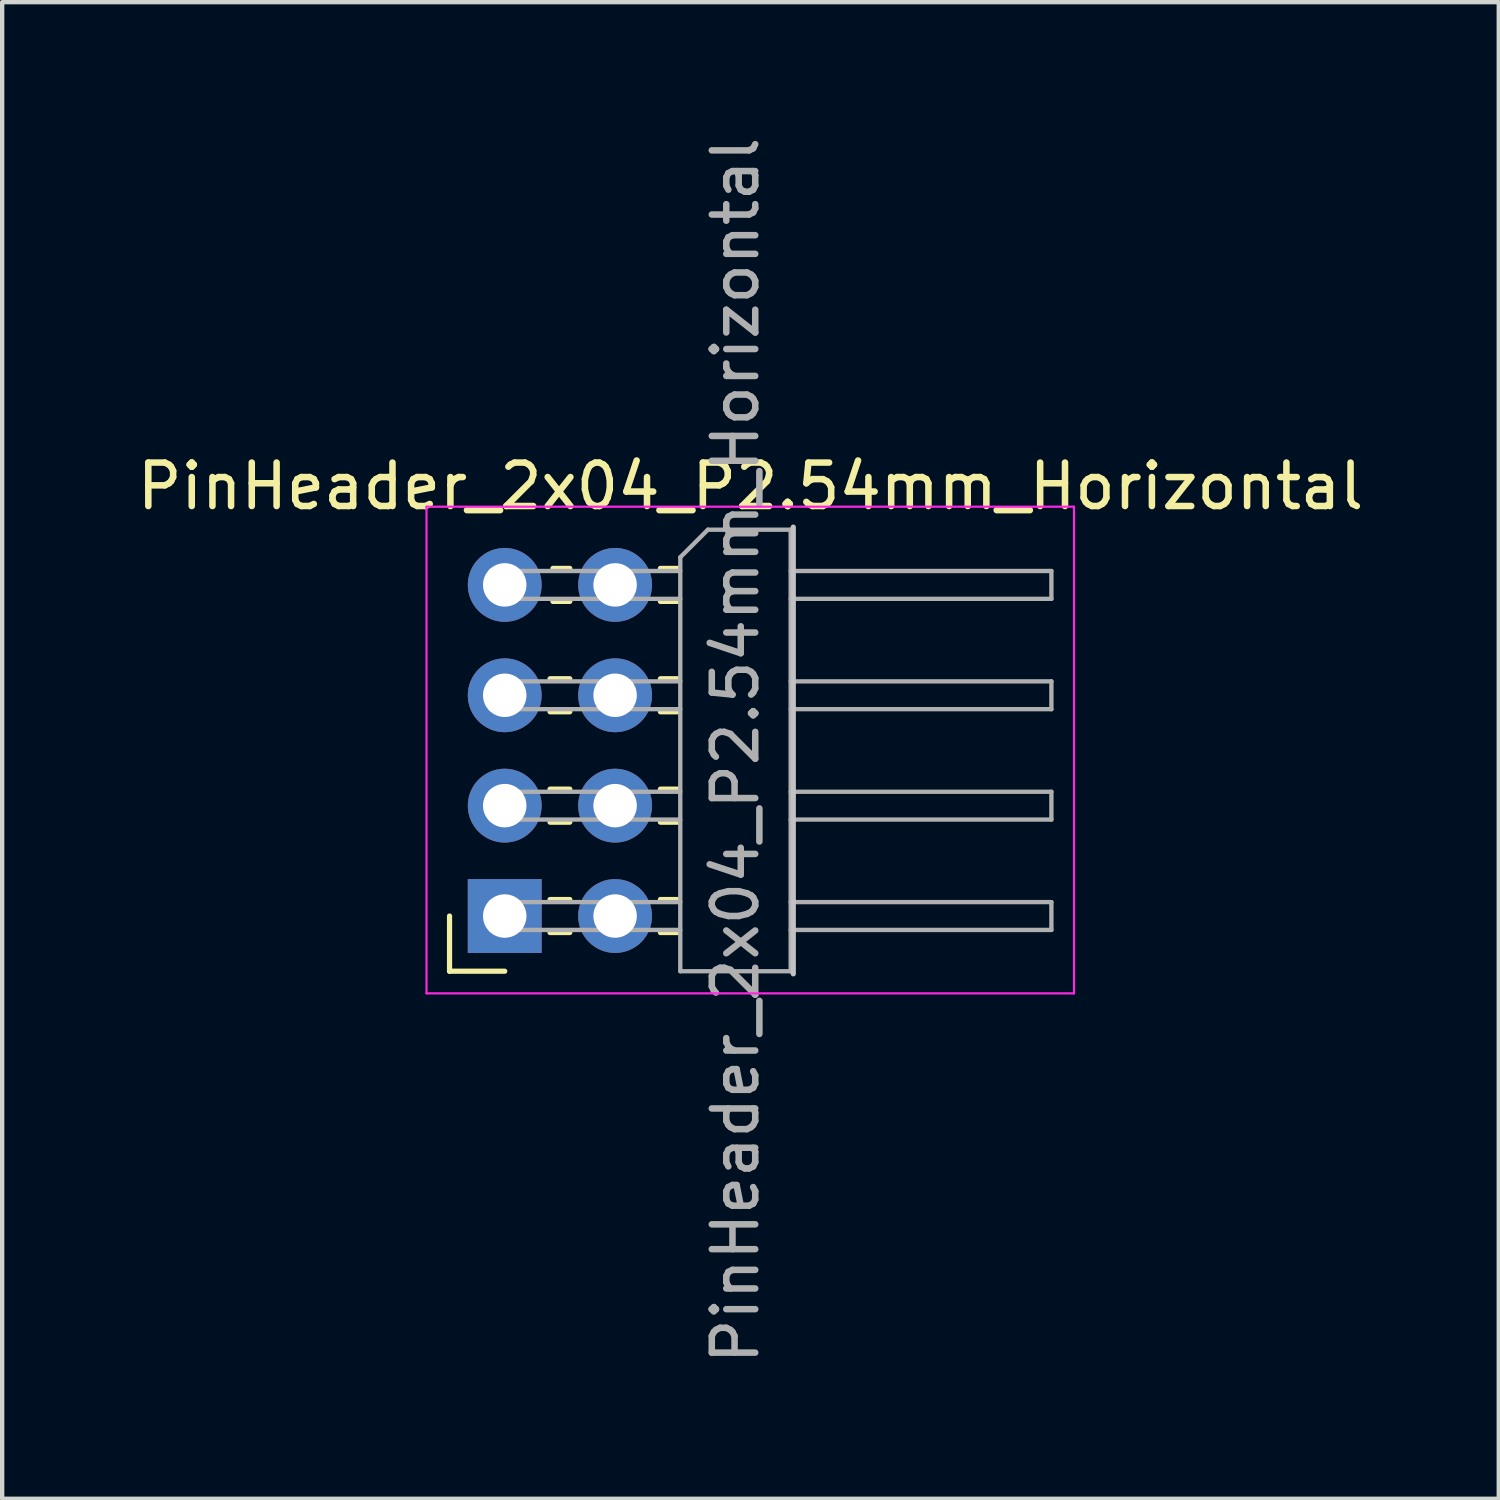
<source format=kicad_pcb>
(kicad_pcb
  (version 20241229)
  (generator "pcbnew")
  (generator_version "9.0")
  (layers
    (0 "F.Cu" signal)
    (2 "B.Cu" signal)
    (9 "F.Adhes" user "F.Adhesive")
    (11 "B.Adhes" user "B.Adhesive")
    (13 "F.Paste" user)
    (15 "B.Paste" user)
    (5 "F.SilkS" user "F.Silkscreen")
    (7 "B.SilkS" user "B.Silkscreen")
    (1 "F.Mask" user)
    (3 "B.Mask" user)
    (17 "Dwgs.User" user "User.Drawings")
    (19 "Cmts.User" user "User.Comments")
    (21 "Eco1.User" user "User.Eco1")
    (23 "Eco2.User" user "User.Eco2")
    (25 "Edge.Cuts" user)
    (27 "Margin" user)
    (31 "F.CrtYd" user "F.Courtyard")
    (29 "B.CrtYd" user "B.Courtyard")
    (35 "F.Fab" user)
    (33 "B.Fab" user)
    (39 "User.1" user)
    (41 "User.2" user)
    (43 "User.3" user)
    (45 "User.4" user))
  (footprint "PinHeader_2x04_P2.54mm_Horizontal"
    (layer "F.Cu")
    (at 8.565 18.03)
    (property "Reference" "PinHeader_2x04_P2.54mm_Horizontal" (at 5.655 -9.89 0) (layer "F.SilkS") (effects (font (size 1 1) (thickness 0.15))))
    (attr through_hole)
    (fp_line (start -1.27 1.27) (end -1.27 0) (stroke (width 0.12) (type solid)) (layer "F.SilkS"))
    (fp_line (start 0 1.27) (end -1.27 1.27) (stroke (width 0.12) (type solid)) (layer "F.SilkS"))
    (fp_line (start 1.043 -5.46) (end 1.497 -5.46) (stroke (width 0.12) (type solid)) (layer "F.SilkS"))
    (fp_line (start 1.043 -4.7) (end 1.497 -4.7) (stroke (width 0.12) (type solid)) (layer "F.SilkS"))
    (fp_line (start 1.043 -2.92) (end 1.497 -2.92) (stroke (width 0.12) (type solid)) (layer "F.SilkS"))
    (fp_line (start 1.043 -2.16) (end 1.497 -2.16) (stroke (width 0.12) (type solid)) (layer "F.SilkS"))
    (fp_line (start 1.043 -0.38) (end 1.497 -0.38) (stroke (width 0.12) (type solid)) (layer "F.SilkS"))
    (fp_line (start 1.043 0.38) (end 1.497 0.38) (stroke (width 0.12) (type solid)) (layer "F.SilkS"))
    (fp_line (start 1.11 -8) (end 1.497 -8) (stroke (width 0.12) (type solid)) (layer "F.SilkS"))
    (fp_line (start 1.11 -7.24) (end 1.497 -7.24) (stroke (width 0.12) (type solid)) (layer "F.SilkS"))
    (fp_line (start 3.583 -8) (end 3.98 -8) (stroke (width 0.12) (type solid)) (layer "F.SilkS"))
    (fp_line (start 3.583 -7.24) (end 3.98 -7.24) (stroke (width 0.12) (type solid)) (layer "F.SilkS"))
    (fp_line (start 3.583 -5.46) (end 3.98 -5.46) (stroke (width 0.12) (type solid)) (layer "F.SilkS"))
    (fp_line (start 3.583 -4.7) (end 3.98 -4.7) (stroke (width 0.12) (type solid)) (layer "F.SilkS"))
    (fp_line (start 3.583 -2.92) (end 3.98 -2.92) (stroke (width 0.12) (type solid)) (layer "F.SilkS"))
    (fp_line (start 3.583 -2.16) (end 3.98 -2.16) (stroke (width 0.12) (type solid)) (layer "F.SilkS"))
    (fp_line (start 3.583 -0.38) (end 3.98 -0.38) (stroke (width 0.12) (type solid)) (layer "F.SilkS"))
    (fp_line (start 3.583 0.38) (end 3.98 0.38) (stroke (width 0.12) (type solid)) (layer "F.SilkS"))
    (fp_line (start 6.64 1.33) (end 6.64 -8.95) (stroke (width 0.12) (type solid)) (layer "Dwgs.User"))
    (fp_line (start -1.8 -9.42) (end -1.8 1.78) (stroke (width 0.05) (type solid)) (layer "F.CrtYd"))
    (fp_line (start -1.8 1.78) (end 13.1 1.78) (stroke (width 0.05) (type solid)) (layer "F.CrtYd"))
    (fp_line (start 13.1 -9.42) (end -1.8 -9.42) (stroke (width 0.05) (type solid)) (layer "F.CrtYd"))
    (fp_line (start 13.1 1.78) (end 13.1 -9.42) (stroke (width 0.05) (type solid)) (layer "F.CrtYd"))
    (fp_line (start -0.32 -7.94) (end -0.32 -7.3) (stroke (width 0.1) (type solid)) (layer "F.Fab"))
    (fp_line (start -0.32 -7.94) (end 4.04 -7.94) (stroke (width 0.1) (type solid)) (layer "F.Fab"))
    (fp_line (start -0.32 -7.3) (end 4.04 -7.3) (stroke (width 0.1) (type solid)) (layer "F.Fab"))
    (fp_line (start -0.32 -5.4) (end -0.32 -4.76) (stroke (width 0.1) (type solid)) (layer "F.Fab"))
    (fp_line (start -0.32 -5.4) (end 4.04 -5.4) (stroke (width 0.1) (type solid)) (layer "F.Fab"))
    (fp_line (start -0.32 -4.76) (end 4.04 -4.76) (stroke (width 0.1) (type solid)) (layer "F.Fab"))
    (fp_line (start -0.32 -2.86) (end -0.32 -2.22) (stroke (width 0.1) (type solid)) (layer "F.Fab"))
    (fp_line (start -0.32 -2.86) (end 4.04 -2.86) (stroke (width 0.1) (type solid)) (layer "F.Fab"))
    (fp_line (start -0.32 -2.22) (end 4.04 -2.22) (stroke (width 0.1) (type solid)) (layer "F.Fab"))
    (fp_line (start -0.32 -0.32) (end -0.32 0.32) (stroke (width 0.1) (type solid)) (layer "F.Fab"))
    (fp_line (start -0.32 -0.32) (end 4.04 -0.32) (stroke (width 0.1) (type solid)) (layer "F.Fab"))
    (fp_line (start -0.32 0.32) (end 4.04 0.32) (stroke (width 0.1) (type solid)) (layer "F.Fab"))
    (fp_line (start 4.04 -8.255) (end 4.675 -8.89) (stroke (width 0.1) (type solid)) (layer "F.Fab"))
    (fp_line (start 4.04 1.27) (end 4.04 -8.255) (stroke (width 0.1) (type solid)) (layer "F.Fab"))
    (fp_line (start 4.675 -8.89) (end 6.58 -8.89) (stroke (width 0.1) (type solid)) (layer "F.Fab"))
    (fp_line (start 6.58 -8.89) (end 6.58 1.27) (stroke (width 0.1) (type solid)) (layer "F.Fab"))
    (fp_line (start 6.58 -7.94) (end 12.58 -7.94) (stroke (width 0.1) (type solid)) (layer "F.Fab"))
    (fp_line (start 6.58 -7.3) (end 12.58 -7.3) (stroke (width 0.1) (type solid)) (layer "F.Fab"))
    (fp_line (start 6.58 -5.4) (end 12.58 -5.4) (stroke (width 0.1) (type solid)) (layer "F.Fab"))
    (fp_line (start 6.58 -4.76) (end 12.58 -4.76) (stroke (width 0.1) (type solid)) (layer "F.Fab"))
    (fp_line (start 6.58 -2.86) (end 12.58 -2.86) (stroke (width 0.1) (type solid)) (layer "F.Fab"))
    (fp_line (start 6.58 -2.22) (end 12.58 -2.22) (stroke (width 0.1) (type solid)) (layer "F.Fab"))
    (fp_line (start 6.58 -0.32) (end 12.58 -0.32) (stroke (width 0.1) (type solid)) (layer "F.Fab"))
    (fp_line (start 6.58 0.32) (end 12.58 0.32) (stroke (width 0.1) (type solid)) (layer "F.Fab"))
    (fp_line (start 6.58 1.27) (end 4.04 1.27) (stroke (width 0.1) (type solid)) (layer "F.Fab"))
    (fp_line (start 12.58 -7.94) (end 12.58 -7.3) (stroke (width 0.1) (type solid)) (layer "F.Fab"))
    (fp_line (start 12.58 -5.4) (end 12.58 -4.76) (stroke (width 0.1) (type solid)) (layer "F.Fab"))
    (fp_line (start 12.58 -2.86) (end 12.58 -2.22) (stroke (width 0.1) (type solid)) (layer "F.Fab"))
    (fp_line (start 12.58 -0.32) (end 12.58 0.32) (stroke (width 0.1) (type solid)) (layer "F.Fab"))
    (fp_text user "${REFERENCE}" (at 5.31 -3.81 90) (layer "F.Fab") (effects (font (size 1 1) (thickness 0.15))))
    (pad "1" thru_hole rect (at 0 0) (size 1.7 1.7) (drill 1) (layers "*.Cu" "*.Mask"))
    (pad "2" thru_hole oval (at 2.54 0) (size 1.7 1.7) (drill 1) (layers "*.Cu" "*.Mask"))
    (pad "3" thru_hole oval (at 0 -2.54) (size 1.7 1.7) (drill 1) (layers "*.Cu" "*.Mask"))
    (pad "4" thru_hole oval (at 2.54 -2.54) (size 1.7 1.7) (drill 1) (layers "*.Cu" "*.Mask"))
    (pad "5" thru_hole oval (at 0 -5.08) (size 1.7 1.7) (drill 1) (layers "*.Cu" "*.Mask"))
    (pad "6" thru_hole oval (at 2.54 -5.08) (size 1.7 1.7) (drill 1) (layers "*.Cu" "*.Mask"))
    (pad "7" thru_hole circle (at 0 -7.62) (size 1.7 1.7) (drill 1) (layers "*.Cu" "*.Mask"))
    (pad "8" thru_hole oval (at 2.54 -7.62) (size 1.7 1.7) (drill 1) (layers "*.Cu" "*.Mask")))
  (gr_rect
    (start -3 -3)
    (end 31.44 31.44)
    (stroke (width 0.1) (type default))
    (fill no)
    (layer "Edge.Cuts")))
</source>
